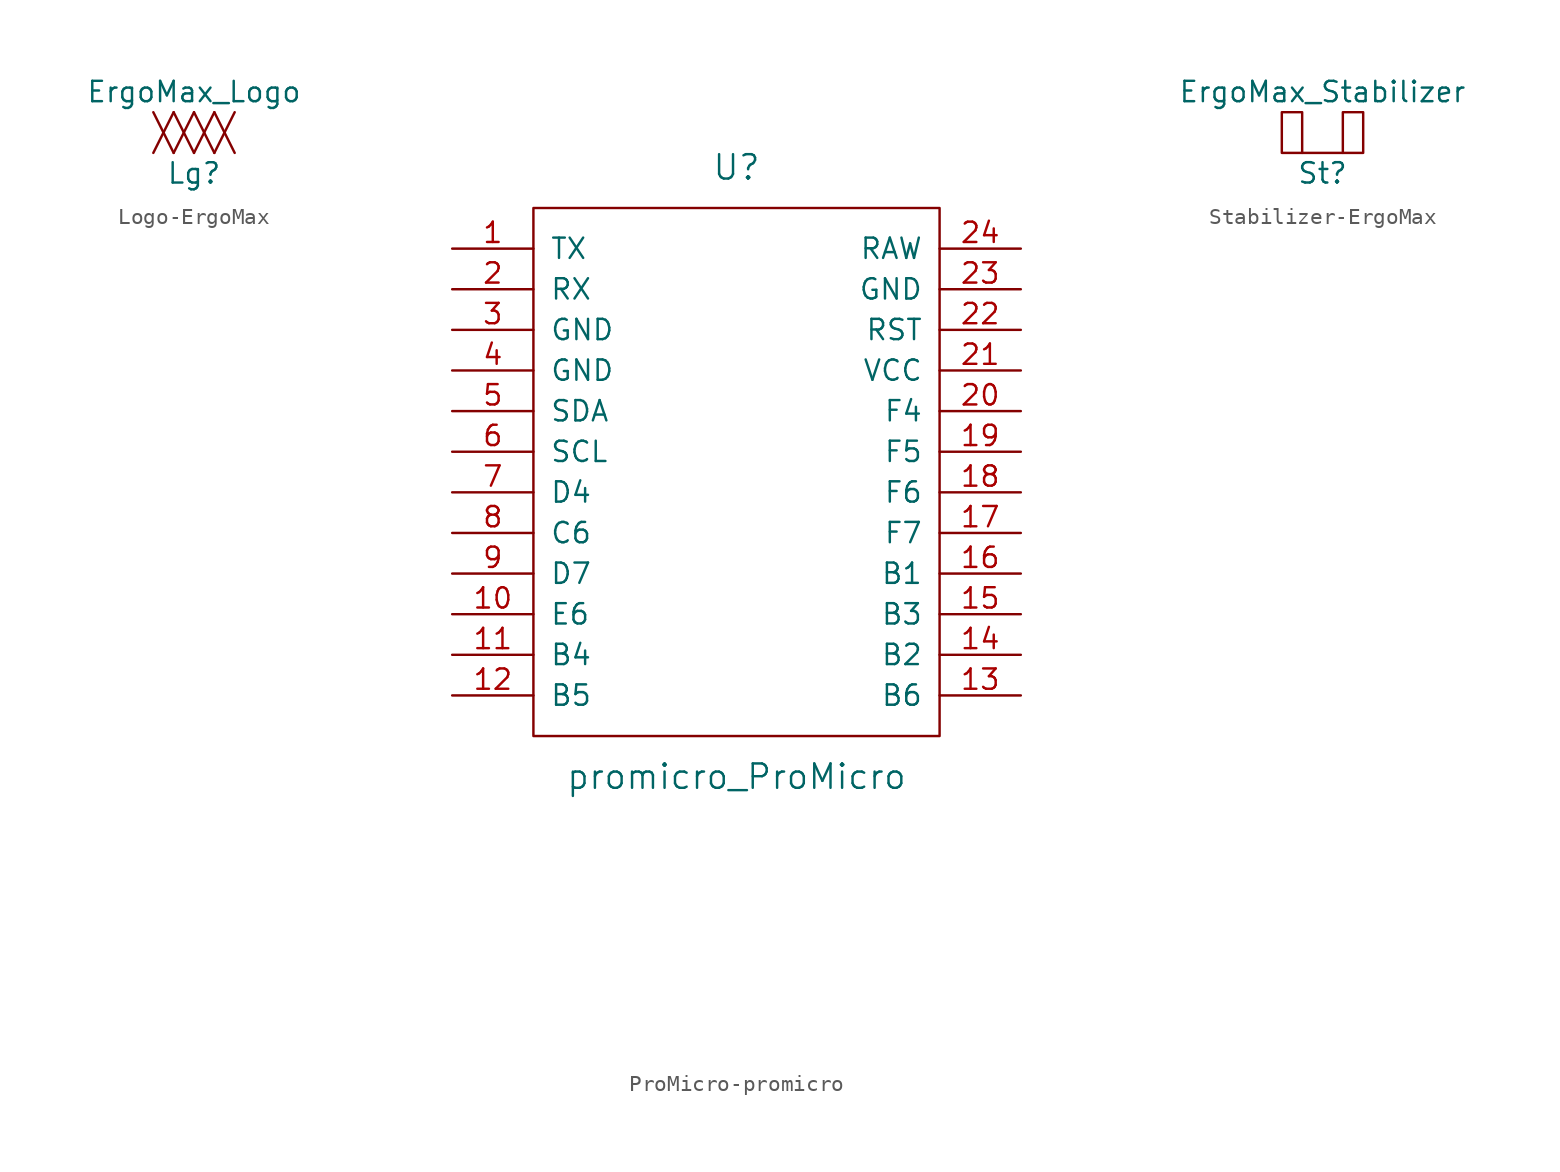
<source format=kicad_sym>
(kicad_symbol_lib
  (version 20220914)
  (generator kicad_symbol_editor)
  (symbol "Logo-ErgoMax"
    (pin_names
      (offset 1.016))
    (property "Reference" "Lg"
      (at 0 -2.54 0)
      (effects (font (size 1.27 1.27))))
    (property "Value" "ErgoMax_Logo"
      (at 0 2.54 0)
      (effects (font (size 1.27 1.27))))
    (symbol "Logo-ErgoMax_0_1"
      (polyline (pts (xy -2.54 1.27) (xy -1.27 -1.27)) (stroke (width 0) (type solid)) (fill (type none)))
      (polyline (pts (xy -1.27 -1.27) (xy 0 1.27)) (stroke (width 0) (type solid)) (fill (type none)))
      (polyline (pts (xy -1.27 1.27) (xy -2.54 -1.27)) (stroke (width 0) (type solid)) (fill (type none)))
      (polyline (pts (xy -1.27 1.27) (xy 0 -1.27)) (stroke (width 0) (type solid)) (fill (type none)))
      (polyline (pts (xy 0 -1.27) (xy 1.27 1.27)) (stroke (width 0) (type solid)) (fill (type none)))
      (polyline (pts (xy 0 1.27) (xy 1.27 -1.27)) (stroke (width 0) (type solid)) (fill (type none)))
      (polyline (pts (xy 1.27 -1.27) (xy 2.54 1.27)) (stroke (width 0) (type solid)) (fill (type none)))
      (polyline (pts (xy 1.27 1.27) (xy 2.54 -1.27)) (stroke (width 0) (type solid)) (fill (type none)))))
  (symbol "ProMicro-promicro"
    (pin_names
      (offset 1.016))
    (property "Reference" "U"
      (at 0 24.13 0)
      (effects (font (size 1.524 1.524))))
    (property "Value" "promicro_ProMicro"
      (at 0 -13.97 0)
      (effects (font (size 1.524 1.524))))
    (property "Footprint" ""
      (at 2.54 -26.67 0)
      (effects (font (size 1.524 1.524))))
    (property "Datasheet" ""
      (at 2.54 -26.67 0)
      (effects (font (size 1.524 1.524))))
    (symbol "ProMicro-promicro_0_1"
      (rectangle (start -12.7 21.59) (end 12.7 -11.43) (stroke (width 0) (type solid)) (fill (type none))))
    (symbol "ProMicro-promicro_1_1"
      (pin bidirectional line (at -17.78 19.05 0) (length 5.08) (name "TX" (effects (font (size 1.27 1.27)))) (number "1" (effects (font (size 1.27 1.27)))))
      (pin bidirectional line (at -17.78 -3.81 0) (length 5.08) (name "E6" (effects (font (size 1.27 1.27)))) (number "10" (effects (font (size 1.27 1.27)))))
      (pin bidirectional line (at -17.78 -6.35 0) (length 5.08) (name "B4" (effects (font (size 1.27 1.27)))) (number "11" (effects (font (size 1.27 1.27)))))
      (pin bidirectional line (at -17.78 -8.89 0) (length 5.08) (name "B5" (effects (font (size 1.27 1.27)))) (number "12" (effects (font (size 1.27 1.27)))))
      (pin bidirectional line (at 17.78 -8.89 180) (length 5.08) (name "B6" (effects (font (size 1.27 1.27)))) (number "13" (effects (font (size 1.27 1.27)))))
      (pin bidirectional line (at 17.78 -6.35 180) (length 5.08) (name "B2" (effects (font (size 1.27 1.27)))) (number "14" (effects (font (size 1.27 1.27)))))
      (pin bidirectional line (at 17.78 -3.81 180) (length 5.08) (name "B3" (effects (font (size 1.27 1.27)))) (number "15" (effects (font (size 1.27 1.27)))))
      (pin bidirectional line (at 17.78 -1.27 180) (length 5.08) (name "B1" (effects (font (size 1.27 1.27)))) (number "16" (effects (font (size 1.27 1.27)))))
      (pin bidirectional line (at 17.78 1.27 180) (length 5.08) (name "F7" (effects (font (size 1.27 1.27)))) (number "17" (effects (font (size 1.27 1.27)))))
      (pin bidirectional line (at 17.78 3.81 180) (length 5.08) (name "F6" (effects (font (size 1.27 1.27)))) (number "18" (effects (font (size 1.27 1.27)))))
      (pin bidirectional line (at 17.78 6.35 180) (length 5.08) (name "F5" (effects (font (size 1.27 1.27)))) (number "19" (effects (font (size 1.27 1.27)))))
      (pin bidirectional line (at -17.78 16.51 0) (length 5.08) (name "RX" (effects (font (size 1.27 1.27)))) (number "2" (effects (font (size 1.27 1.27)))))
      (pin bidirectional line (at 17.78 8.89 180) (length 5.08) (name "F4" (effects (font (size 1.27 1.27)))) (number "20" (effects (font (size 1.27 1.27)))))
      (pin power_out line (at 17.78 11.43 180) (length 5.08) (name "VCC" (effects (font (size 1.27 1.27)))) (number "21" (effects (font (size 1.27 1.27)))))
      (pin input line (at 17.78 13.97 180) (length 5.08) (name "RST" (effects (font (size 1.27 1.27)))) (number "22" (effects (font (size 1.27 1.27)))))
      (pin power_in line (at 17.78 16.51 180) (length 5.08) (name "GND" (effects (font (size 1.27 1.27)))) (number "23" (effects (font (size 1.27 1.27)))))
      (pin power_out line (at 17.78 19.05 180) (length 5.08) (name "RAW" (effects (font (size 1.27 1.27)))) (number "24" (effects (font (size 1.27 1.27)))))
      (pin power_in line (at -17.78 13.97 0) (length 5.08) (name "GND" (effects (font (size 1.27 1.27)))) (number "3" (effects (font (size 1.27 1.27)))))
      (pin power_in line (at -17.78 11.43 0) (length 5.08) (name "GND" (effects (font (size 1.27 1.27)))) (number "4" (effects (font (size 1.27 1.27)))))
      (pin bidirectional line (at -17.78 8.89 0) (length 5.08) (name "SDA" (effects (font (size 1.27 1.27)))) (number "5" (effects (font (size 1.27 1.27)))))
      (pin bidirectional line (at -17.78 6.35 0) (length 5.08) (name "SCL" (effects (font (size 1.27 1.27)))) (number "6" (effects (font (size 1.27 1.27)))))
      (pin bidirectional line (at -17.78 3.81 0) (length 5.08) (name "D4" (effects (font (size 1.27 1.27)))) (number "7" (effects (font (size 1.27 1.27)))))
      (pin bidirectional line (at -17.78 1.27 0) (length 5.08) (name "C6" (effects (font (size 1.27 1.27)))) (number "8" (effects (font (size 1.27 1.27)))))
      (pin bidirectional line (at -17.78 -1.27 0) (length 5.08) (name "D7" (effects (font (size 1.27 1.27)))) (number "9" (effects (font (size 1.27 1.27)))))))
  (symbol "Stabilizer-ErgoMax"
    (pin_names
      (offset 1.016))
    (property "Reference" "St"
      (at 0 -2.54 0)
      (effects (font (size 1.27 1.27))))
    (property "Value" "ErgoMax_Stabilizer"
      (at 0 2.54 0)
      (effects (font (size 1.27 1.27))))
    (symbol "Stabilizer-ErgoMax_0_1"
      (rectangle (start -2.54 1.27) (end -1.27 -1.27) (stroke (width 0) (type solid)) (fill (type none)))
      (polyline (pts (xy 1.27 -1.27) (xy -1.27 -1.27)) (stroke (width 0) (type solid)) (fill (type none)))
      (rectangle (start 1.27 1.27) (end 2.54 -1.27) (stroke (width 0) (type solid)) (fill (type none))))))
</source>
